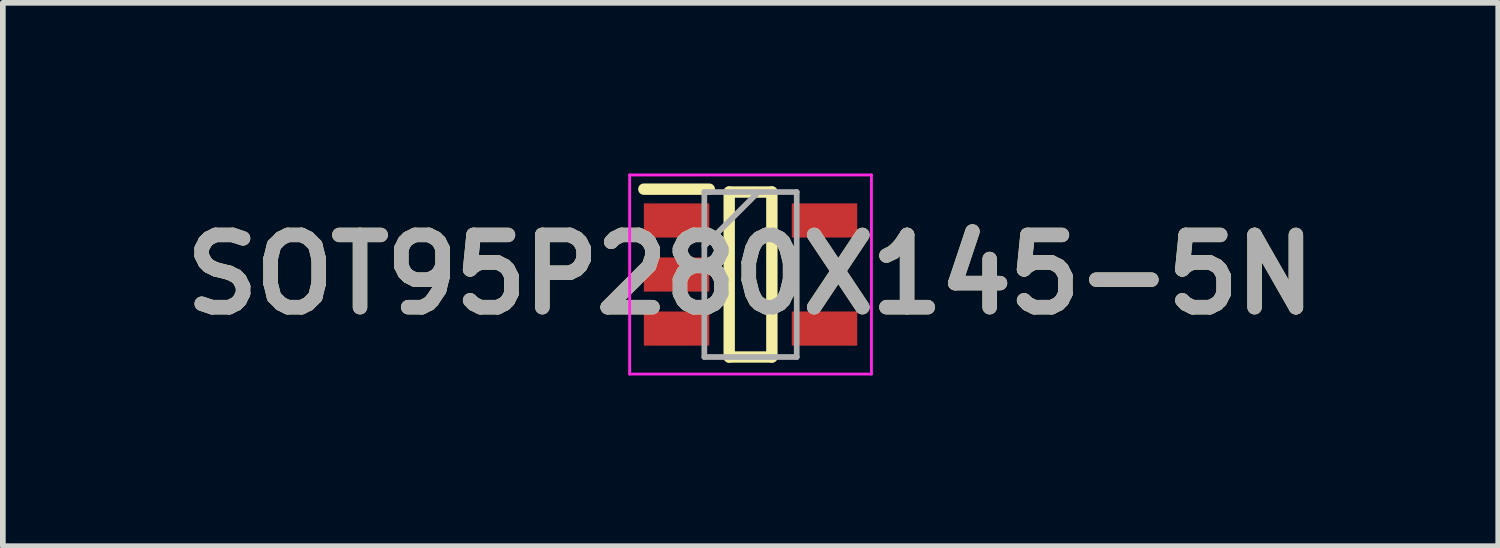
<source format=kicad_pcb>
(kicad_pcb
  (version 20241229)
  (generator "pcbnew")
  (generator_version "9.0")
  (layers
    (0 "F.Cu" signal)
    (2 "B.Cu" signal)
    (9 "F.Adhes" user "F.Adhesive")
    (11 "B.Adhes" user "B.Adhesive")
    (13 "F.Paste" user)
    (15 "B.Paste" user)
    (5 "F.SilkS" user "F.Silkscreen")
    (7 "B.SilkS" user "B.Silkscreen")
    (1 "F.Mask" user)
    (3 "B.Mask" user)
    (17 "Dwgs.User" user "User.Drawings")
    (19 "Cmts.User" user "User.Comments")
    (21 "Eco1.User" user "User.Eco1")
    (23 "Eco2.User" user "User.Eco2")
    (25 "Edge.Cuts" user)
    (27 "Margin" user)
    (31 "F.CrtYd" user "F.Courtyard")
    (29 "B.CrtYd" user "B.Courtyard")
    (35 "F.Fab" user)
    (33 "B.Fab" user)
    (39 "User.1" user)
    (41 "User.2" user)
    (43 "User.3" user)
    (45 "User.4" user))
  (footprint "SOT95P280X145-5N"
    (layer "F.Cu")
    (at 10.142 1.775)
    (property "Reference" "SOT95P280X145-5N" (at 0 0 0) (layer "F.SilkS") (effects (font (size 1.27 1.27) (thickness 0.254))))
    (attr smd)
    (fp_line (start -1.875 -1.5) (end -0.725 -1.5) (stroke (width 0.2) (type solid)) (layer "F.SilkS"))
    (fp_line (start -0.375 -1.45) (end 0.375 -1.45) (stroke (width 0.2) (type solid)) (layer "F.SilkS"))
    (fp_line (start -0.375 1.45) (end -0.375 -1.45) (stroke (width 0.2) (type solid)) (layer "F.SilkS"))
    (fp_line (start 0.375 -1.45) (end 0.375 1.45) (stroke (width 0.2) (type solid)) (layer "F.SilkS"))
    (fp_line (start 0.375 1.45) (end -0.375 1.45) (stroke (width 0.2) (type solid)) (layer "F.SilkS"))
    (fp_line (start -2.125 -1.75) (end 2.125 -1.75) (stroke (width 0.05) (type solid)) (layer "F.CrtYd"))
    (fp_line (start -2.125 1.75) (end -2.125 -1.75) (stroke (width 0.05) (type solid)) (layer "F.CrtYd"))
    (fp_line (start 2.125 -1.75) (end 2.125 1.75) (stroke (width 0.05) (type solid)) (layer "F.CrtYd"))
    (fp_line (start 2.125 1.75) (end -2.125 1.75) (stroke (width 0.05) (type solid)) (layer "F.CrtYd"))
    (fp_line (start -0.812 -1.45) (end 0.812 -1.45) (stroke (width 0.1) (type solid)) (layer "F.Fab"))
    (fp_line (start -0.812 -0.5) (end 0.138 -1.45) (stroke (width 0.1) (type solid)) (layer "F.Fab"))
    (fp_line (start -0.812 1.45) (end -0.812 -1.45) (stroke (width 0.1) (type solid)) (layer "F.Fab"))
    (fp_line (start 0.812 -1.45) (end 0.812 1.45) (stroke (width 0.1) (type solid)) (layer "F.Fab"))
    (fp_line (start 0.812 1.45) (end -0.812 1.45) (stroke (width 0.1) (type solid)) (layer "F.Fab"))
    (fp_text user "${REFERENCE}" (at 0 0 0) (layer "F.Fab") (effects (font (size 1.27 1.27) (thickness 0.254))))
    (pad "1" smd rect (at -1.3 -0.95 90) (size 0.6 1.15) (layers "F.Cu" "F.Mask" "F.Paste"))
    (pad "2" smd rect (at -1.3 0 90) (size 0.6 1.15) (layers "F.Cu" "F.Mask" "F.Paste"))
    (pad "3" smd rect (at -1.3 0.95 90) (size 0.6 1.15) (layers "F.Cu" "F.Mask" "F.Paste"))
    (pad "4" smd rect (at 1.3 0.95 90) (size 0.6 1.15) (layers "F.Cu" "F.Mask" "F.Paste"))
    (pad "5" smd rect (at 1.3 -0.95 90) (size 0.6 1.15) (layers "F.Cu" "F.Mask" "F.Paste")))
  (gr_rect
    (start -3 -3)
    (end 23.284 6.55)
    (stroke (width 0.1) (type default))
    (fill no)
    (layer "Edge.Cuts")))
</source>
